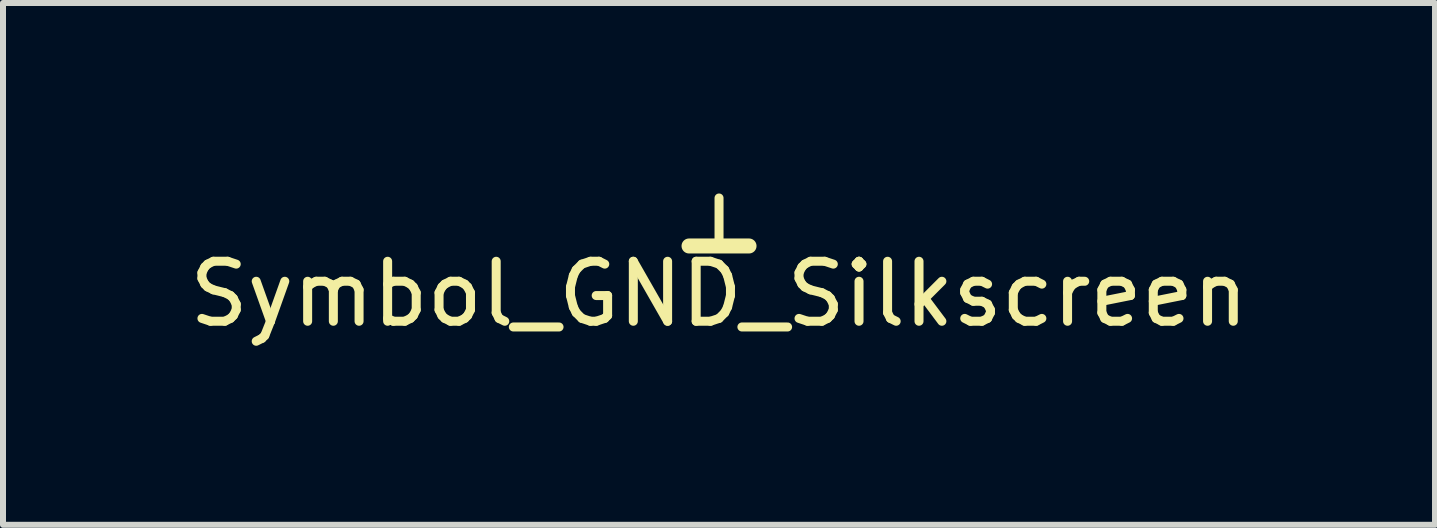
<source format=kicad_pcb>
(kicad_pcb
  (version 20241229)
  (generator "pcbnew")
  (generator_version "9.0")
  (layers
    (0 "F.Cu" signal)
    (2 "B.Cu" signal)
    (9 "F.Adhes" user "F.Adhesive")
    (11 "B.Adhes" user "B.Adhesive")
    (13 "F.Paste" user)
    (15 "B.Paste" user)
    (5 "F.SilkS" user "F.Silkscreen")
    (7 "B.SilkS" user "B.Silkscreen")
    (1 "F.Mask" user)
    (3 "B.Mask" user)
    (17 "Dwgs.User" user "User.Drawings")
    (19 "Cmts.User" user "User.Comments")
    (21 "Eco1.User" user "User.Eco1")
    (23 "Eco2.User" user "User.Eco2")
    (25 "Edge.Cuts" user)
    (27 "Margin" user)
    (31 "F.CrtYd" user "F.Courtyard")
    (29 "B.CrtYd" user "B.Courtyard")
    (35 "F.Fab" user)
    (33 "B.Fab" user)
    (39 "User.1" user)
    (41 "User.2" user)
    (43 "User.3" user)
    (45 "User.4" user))
  (footprint "Symbol_GND_Silkscreen"
    (layer "F.Cu")
    (at 8.935 0.25)
    (property "Reference" "Symbol_GND_Silkscreen" (at 0 1.6 0) (layer "F.SilkS") (effects (font (size 1 1) (thickness 0.15))))
    (attr exclude_from_pos_files exclude_from_bom)
    (fp_line (start -0.5 0.8) (end 0.5 0.8) (stroke (width 0.25) (type solid)) (layer "F.SilkS"))
    (fp_line (start 0 0.8) (end 0 0) (stroke (width 0.15) (type solid)) (layer "F.SilkS")))
  (gr_rect
    (start -3 -3)
    (end 20.869 5.698)
    (stroke (width 0.1) (type default))
    (fill no)
    (layer "Edge.Cuts")))
</source>
